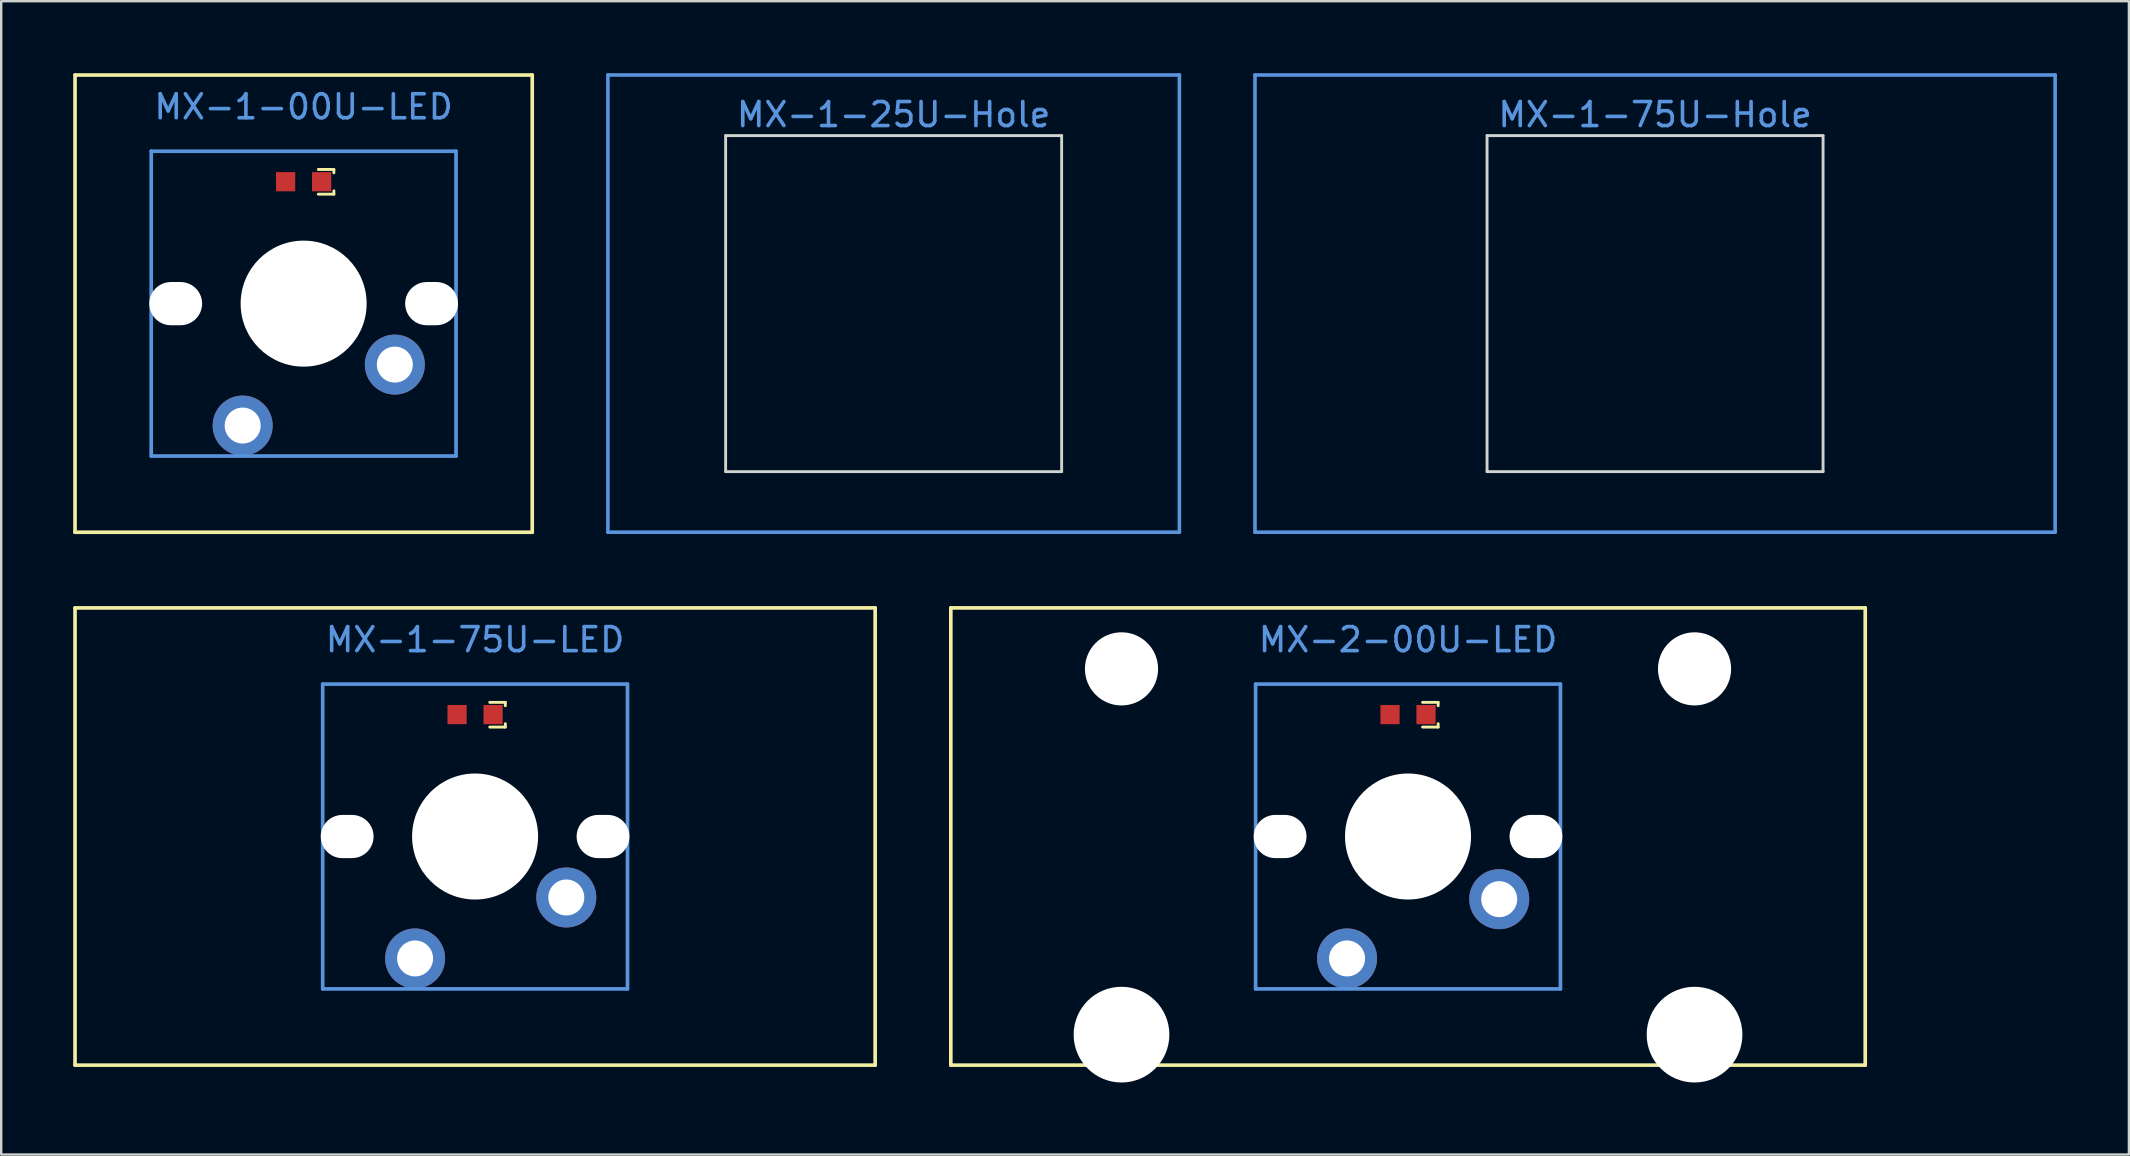
<source format=kicad_pcb>
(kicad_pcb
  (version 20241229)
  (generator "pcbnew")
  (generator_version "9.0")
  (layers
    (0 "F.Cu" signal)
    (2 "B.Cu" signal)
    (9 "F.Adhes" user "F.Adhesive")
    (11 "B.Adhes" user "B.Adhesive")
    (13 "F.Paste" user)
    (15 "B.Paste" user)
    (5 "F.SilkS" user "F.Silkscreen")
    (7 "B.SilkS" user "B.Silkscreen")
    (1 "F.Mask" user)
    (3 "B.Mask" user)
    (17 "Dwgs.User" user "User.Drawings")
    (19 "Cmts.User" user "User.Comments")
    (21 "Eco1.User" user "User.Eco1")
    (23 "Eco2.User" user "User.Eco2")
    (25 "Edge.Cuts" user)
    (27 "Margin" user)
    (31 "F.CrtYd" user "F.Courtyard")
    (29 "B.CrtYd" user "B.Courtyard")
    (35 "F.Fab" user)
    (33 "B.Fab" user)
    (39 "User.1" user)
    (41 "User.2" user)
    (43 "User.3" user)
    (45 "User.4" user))
  (footprint "MX-1-75U-LED"
    (layer "F.Cu")
    (at 16.745 26.724)
    (property "Reference" "MX-1-75U-LED" (at 0 -3.12 0) (layer "Cmts.User") (effects (font (size 1 1) (thickness 0.15))))
    (fp_line (start -16.669 -4.445) (end 16.669 -4.445) (stroke (width 0.152) (type solid)) (layer "F.SilkS"))
    (fp_line (start -16.669 14.605) (end -16.669 -4.445) (stroke (width 0.152) (type solid)) (layer "F.SilkS"))
    (fp_line (start 0.61 -0.51) (end 1.26 -0.51) (stroke (width 0.12) (type solid)) (layer "F.SilkS"))
    (fp_line (start 0.61 0.52) (end 1.26 0.52) (stroke (width 0.12) (type solid)) (layer "F.SilkS"))
    (fp_line (start 1.26 -0.51) (end 1.26 -0.37) (stroke (width 0.12) (type solid)) (layer "F.SilkS"))
    (fp_line (start 1.26 0.52) (end 1.26 0.38) (stroke (width 0.12) (type solid)) (layer "F.SilkS"))
    (fp_line (start 16.669 -4.445) (end 16.669 14.605) (stroke (width 0.152) (type solid)) (layer "F.SilkS"))
    (fp_line (start 16.669 14.605) (end -16.669 14.605) (stroke (width 0.152) (type solid)) (layer "F.SilkS"))
    (fp_line (start -6.35 -1.27) (end 6.35 -1.27) (stroke (width 0.152) (type solid)) (layer "Cmts.User"))
    (fp_line (start -6.35 11.43) (end -6.35 -1.27) (stroke (width 0.152) (type solid)) (layer "Cmts.User"))
    (fp_line (start 6.35 -1.27) (end 6.35 11.43) (stroke (width 0.152) (type solid)) (layer "Cmts.User"))
    (fp_line (start 6.35 11.43) (end -6.35 11.43) (stroke (width 0.152) (type solid)) (layer "Cmts.User"))
    (pad "" np_thru_hole oval (at -5.33 5.08 270) (size 1.8 2.2) (drill oval 1.8 2.2) (layers "*.Cu" "*.Mask"))
    (pad "" np_thru_hole circle (at 0 5.08 180) (size 5.25 5.25) (drill 5.25) (layers "*.Cu" "*.Mask"))
    (pad "" np_thru_hole oval (at 5.33 5.08 270) (size 1.8 2.2) (drill oval 1.8 2.2) (layers "*.Cu" "*.Mask"))
    (pad "1" thru_hole circle (at -2.5 10.16) (size 2.5 2.5) (drill 1.499) (layers "*.Cu" "*.Mask"))
    (pad "2" thru_hole circle (at 3.8 7.62 225) (size 2.5 2.5) (drill 1.499) (layers "*.Cu" "*.Mask"))
    (pad "3" smd rect (at 0.75 0 90) (size 0.8 0.8) (layers "F.Cu" "F.Mask" "F.Paste"))
    (pad "4" smd rect (at -0.75 0 90) (size 0.8 0.8) (layers "F.Cu" "F.Mask" "F.Paste")))
  (footprint "MX-1-25U-Hole"
    (layer "F.Cu")
    (at 34.184 9.6)
    (property "Reference" "MX-1-25U-Hole" (at 0 -7.874 0) (layer "Cmts.User") (effects (font (size 1 1) (thickness 0.15))))
    (attr through_hole)
    (fp_line (start -11.906 -9.525) (end 11.906 -9.525) (stroke (width 0.15) (type solid)) (layer "Cmts.User"))
    (fp_line (start -11.906 9.525) (end -11.906 -9.525) (stroke (width 0.15) (type solid)) (layer "Cmts.User"))
    (fp_line (start 11.906 -9.525) (end 11.906 9.525) (stroke (width 0.15) (type solid)) (layer "Cmts.User"))
    (fp_line (start 11.906 9.525) (end -11.906 9.525) (stroke (width 0.15) (type solid)) (layer "Cmts.User"))
    (fp_line (start -7 -7) (end -7 7) (stroke (width 0.12) (type solid)) (layer "Edge.Cuts"))
    (fp_line (start -7 -7) (end 7 -7) (stroke (width 0.12) (type solid)) (layer "Edge.Cuts"))
    (fp_line (start -7 7) (end 7 7) (stroke (width 0.12) (type solid)) (layer "Edge.Cuts"))
    (fp_line (start 7 -7) (end 7 7) (stroke (width 0.12) (type solid)) (layer "Edge.Cuts")))
  (footprint "MX-1-00U-LED"
    (layer "F.Cu")
    (at 9.601 4.521)
    (property "Reference" "MX-1-00U-LED" (at 0 -3.12 0) (layer "Cmts.User") (effects (font (size 1 1) (thickness 0.15))))
    (fp_line (start -9.525 -4.445) (end 9.525 -4.445) (stroke (width 0.152) (type solid)) (layer "F.SilkS"))
    (fp_line (start -9.525 14.605) (end -9.525 -4.445) (stroke (width 0.152) (type solid)) (layer "F.SilkS"))
    (fp_line (start 0.61 -0.51) (end 1.26 -0.51) (stroke (width 0.12) (type solid)) (layer "F.SilkS"))
    (fp_line (start 0.61 0.52) (end 1.26 0.52) (stroke (width 0.12) (type solid)) (layer "F.SilkS"))
    (fp_line (start 1.26 -0.51) (end 1.26 -0.37) (stroke (width 0.12) (type solid)) (layer "F.SilkS"))
    (fp_line (start 1.26 0.52) (end 1.26 0.38) (stroke (width 0.12) (type solid)) (layer "F.SilkS"))
    (fp_line (start 9.525 -4.445) (end 9.525 14.605) (stroke (width 0.152) (type solid)) (layer "F.SilkS"))
    (fp_line (start 9.525 14.605) (end -9.525 14.605) (stroke (width 0.152) (type solid)) (layer "F.SilkS"))
    (fp_line (start -6.35 -1.27) (end 6.35 -1.27) (stroke (width 0.152) (type solid)) (layer "Cmts.User"))
    (fp_line (start -6.35 11.43) (end -6.35 -1.27) (stroke (width 0.152) (type solid)) (layer "Cmts.User"))
    (fp_line (start 6.35 -1.27) (end 6.35 11.43) (stroke (width 0.152) (type solid)) (layer "Cmts.User"))
    (fp_line (start 6.35 11.43) (end -6.35 11.43) (stroke (width 0.152) (type solid)) (layer "Cmts.User"))
    (pad "" np_thru_hole oval (at -5.33 5.08 270) (size 1.8 2.2) (drill oval 1.8 2.2) (layers "*.Cu" "*.Mask"))
    (pad "" np_thru_hole circle (at 0 5.08 180) (size 5.25 5.25) (drill 5.25) (layers "*.Cu" "*.Mask"))
    (pad "" np_thru_hole oval (at 5.33 5.08 270) (size 1.8 2.2) (drill oval 1.8 2.2) (layers "*.Cu" "*.Mask"))
    (pad "1" thru_hole circle (at -2.54 10.16) (size 2.5 2.5) (drill 1.499) (layers "*.Cu" "*.Mask"))
    (pad "2" thru_hole circle (at 3.8 7.62 225) (size 2.5 2.5) (drill 1.499) (layers "*.Cu" "*.Mask"))
    (pad "3" smd rect (at 0.75 0 90) (size 0.8 0.8) (layers "F.Cu" "F.Mask" "F.Paste"))
    (pad "4" smd rect (at -0.75 0 90) (size 0.8 0.8) (layers "F.Cu" "F.Mask" "F.Paste")))
  (footprint "MX-2-00U-LED"
    (layer "F.Cu")
    (at 55.616 26.724)
    (property "Reference" "MX-2-00U-LED" (at 0 -3.12 0) (layer "Cmts.User") (effects (font (size 1 1) (thickness 0.15))))
    (fp_line (start -19.05 -4.445) (end 19.05 -4.445) (stroke (width 0.152) (type solid)) (layer "F.SilkS"))
    (fp_line (start -19.05 14.605) (end -19.05 -4.445) (stroke (width 0.152) (type solid)) (layer "F.SilkS"))
    (fp_line (start 0.605 -0.51) (end 1.255 -0.51) (stroke (width 0.12) (type solid)) (layer "F.SilkS"))
    (fp_line (start 0.605 0.52) (end 1.255 0.52) (stroke (width 0.12) (type solid)) (layer "F.SilkS"))
    (fp_line (start 1.255 -0.51) (end 1.255 -0.37) (stroke (width 0.12) (type solid)) (layer "F.SilkS"))
    (fp_line (start 1.255 0.52) (end 1.255 0.38) (stroke (width 0.12) (type solid)) (layer "F.SilkS"))
    (fp_line (start 19.05 -4.445) (end 19.05 14.605) (stroke (width 0.152) (type solid)) (layer "F.SilkS"))
    (fp_line (start 19.05 14.605) (end -19.05 14.605) (stroke (width 0.152) (type solid)) (layer "F.SilkS"))
    (fp_line (start -6.35 -1.27) (end 6.35 -1.27) (stroke (width 0.152) (type solid)) (layer "Cmts.User"))
    (fp_line (start -6.35 11.43) (end -6.35 -1.27) (stroke (width 0.152) (type solid)) (layer "Cmts.User"))
    (fp_line (start 6.35 -1.27) (end 6.35 11.43) (stroke (width 0.152) (type solid)) (layer "Cmts.User"))
    (fp_line (start 6.35 11.43) (end -6.35 11.43) (stroke (width 0.152) (type solid)) (layer "Cmts.User"))
    (pad "" np_thru_hole circle (at -11.938 -1.905 180) (size 3.048 3.048) (drill 3.048) (layers "*.Cu" "*.Mask"))
    (pad "" np_thru_hole circle (at -11.938 13.335 180) (size 3.988 3.988) (drill 3.988) (layers "*.Cu" "*.Mask"))
    (pad "" np_thru_hole oval (at -5.33 5.08 270) (size 1.8 2.2) (drill oval 1.8 2.2) (layers "*.Cu" "*.Mask"))
    (pad "" np_thru_hole circle (at 0 5.08 180) (size 5.25 5.25) (drill 5.25) (layers "*.Cu" "*.Mask"))
    (pad "" np_thru_hole oval (at 5.33 5.08 270) (size 1.8 2.2) (drill oval 1.8 2.2) (layers "*.Cu" "*.Mask"))
    (pad "" np_thru_hole circle (at 11.938 -1.905 180) (size 3.048 3.048) (drill 3.048) (layers "*.Cu" "*.Mask"))
    (pad "" np_thru_hole circle (at 11.938 13.335 180) (size 3.988 3.988) (drill 3.988) (layers "*.Cu" "*.Mask"))
    (pad "1" thru_hole circle (at -2.54 10.16 90) (size 2.5 2.5) (drill 1.499) (layers "*.Cu" "*.Mask"))
    (pad "2" thru_hole circle (at 3.8 7.69 225) (size 2.5 2.5) (drill 1.499) (layers "*.Cu" "*.Mask"))
    (pad "3" smd rect (at 0.75 0 90) (size 0.8 0.8) (layers "F.Cu" "F.Mask" "F.Paste"))
    (pad "4" smd rect (at -0.75 0 90) (size 0.8 0.8) (layers "F.Cu" "F.Mask" "F.Paste")))
  (footprint "MX-1-75U-Hole"
    (layer "F.Cu")
    (at 65.909 9.6)
    (property "Reference" "MX-1-75U-Hole" (at 0 -7.874 0) (layer "Cmts.User") (effects (font (size 1 1) (thickness 0.15))))
    (attr through_hole)
    (fp_line (start -16.669 -9.525) (end -16.669 9.525) (stroke (width 0.15) (type solid)) (layer "Cmts.User"))
    (fp_line (start -16.669 -9.525) (end 16.669 -9.525) (stroke (width 0.15) (type solid)) (layer "Cmts.User"))
    (fp_line (start 16.669 -9.525) (end 16.669 9.525) (stroke (width 0.15) (type solid)) (layer "Cmts.User"))
    (fp_line (start 16.669 9.525) (end -16.669 9.525) (stroke (width 0.15) (type solid)) (layer "Cmts.User"))
    (fp_line (start -7 -7) (end -7 7) (stroke (width 0.12) (type solid)) (layer "Edge.Cuts"))
    (fp_line (start -7 -7) (end 7 -7) (stroke (width 0.12) (type solid)) (layer "Edge.Cuts"))
    (fp_line (start -7 7) (end 7 7) (stroke (width 0.12) (type solid)) (layer "Edge.Cuts"))
    (fp_line (start 7 -7) (end 7 7) (stroke (width 0.12) (type solid)) (layer "Edge.Cuts")))
  (gr_rect
    (start -3 -3)
    (end 85.652 45.053)
    (stroke (width 0.1) (type default))
    (fill no)
    (layer "Edge.Cuts")))
</source>
